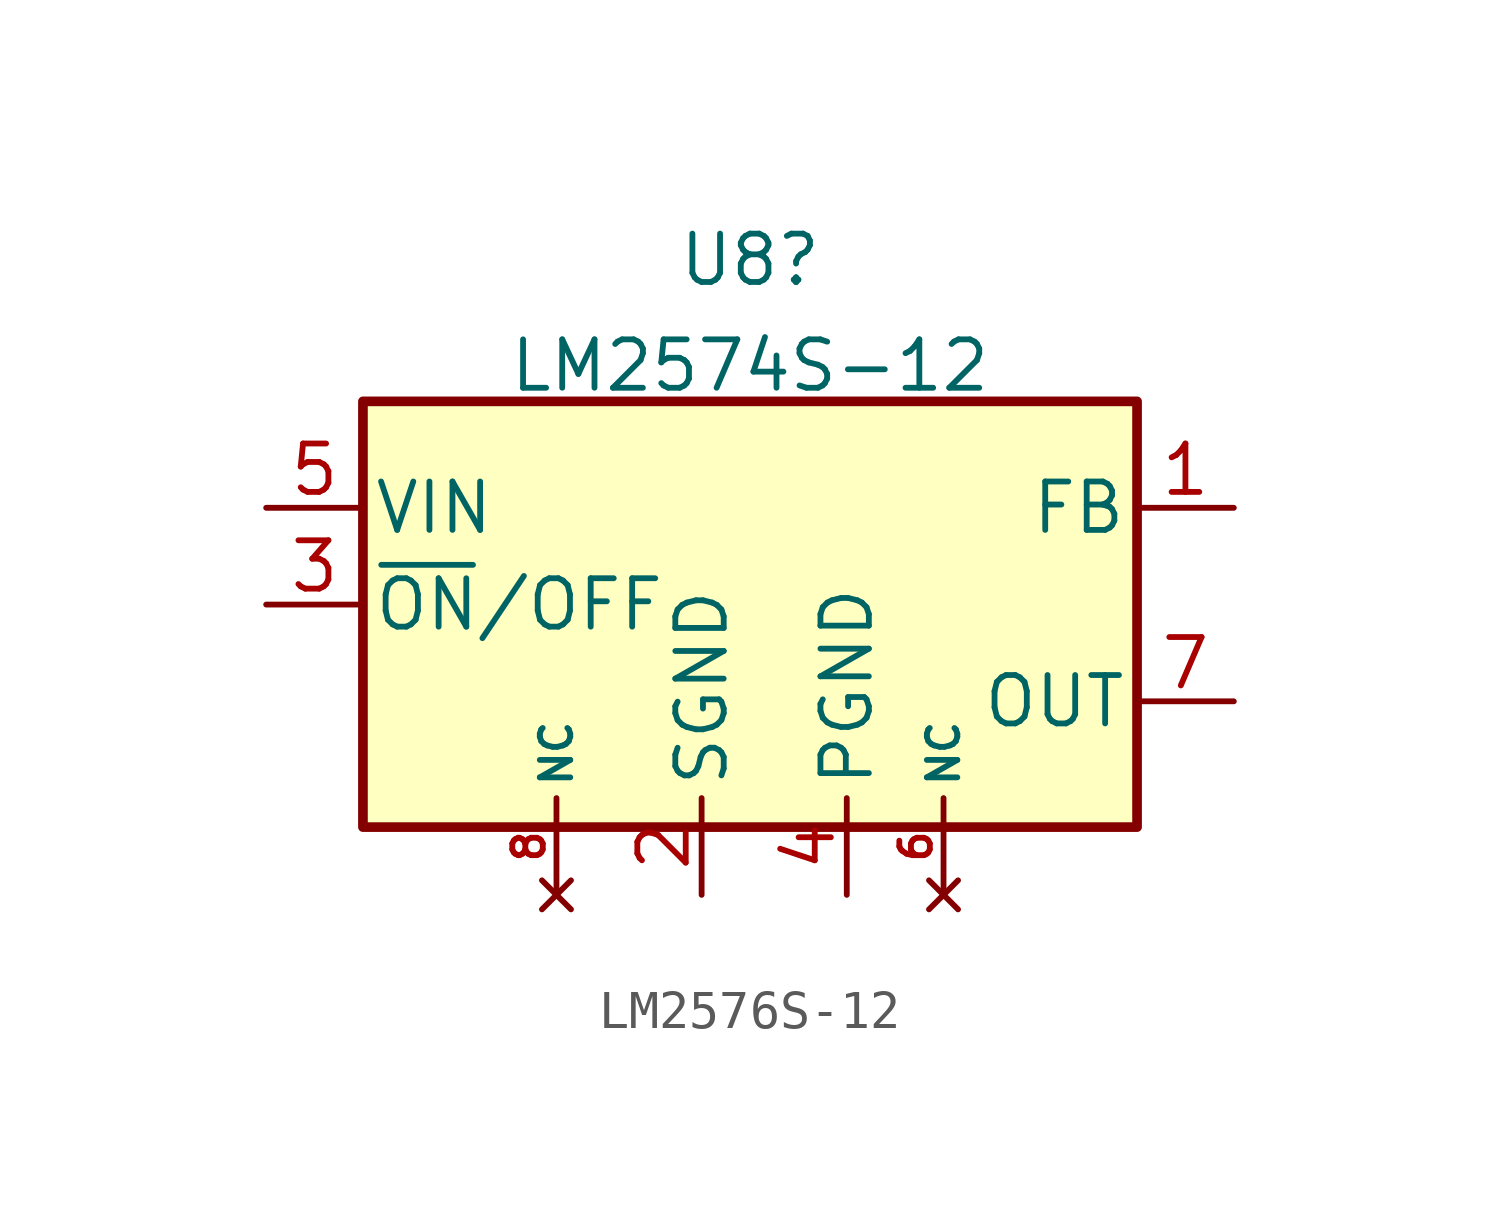
<source format=kicad_sym>
(kicad_symbol_lib
  (version 20211014)
  (generator kicad_symbol_editor)
  (symbol "Regulator_Switching:LM2576S-12"
    (pin_names
      (offset 0.254))
    (property "Reference" "U8"
      (at 0 9.047 0)
      (effects (font (size 1.27 1.27))))
    (property "Value" "LM2574S-12"
      (at 0 6.271 0)
      (effects (font (size 1.27 1.27))))
    (symbol "LM2576S-12_0_0"
      (pin passive line (at 2.54 -7.62 90) (length 2.54) (name "PGND" (effects (font (size 1.27 1.27)))) (number "4" (effects (font (size 1.27 1.27)))))
      (pin no_connect line (at 5.08 -7.62 90) (length 2.54) (name "NC" (effects (font (size 0.8 0.8)))) (number "6" (effects (font (size 0.8 0.8)))))
      (pin no_connect line (at -5.08 -7.62 90) (length 2.54) (name "NC" (effects (font (size 0.8 0.8)))) (number "8" (effects (font (size 0.8 0.8))))))
    (symbol "LM2576S-12_0_1"
      (rectangle (start -10.16 5.334) (end 10.16 -5.842) (stroke (width 0.254) (type default) (color 0 0 0 0)) (fill (type background))))
    (symbol "LM2576S-12_1_1"
      (pin input line (at 12.7 2.54 180) (length 2.54) (name "FB" (effects (font (size 1.27 1.27)))) (number "1" (effects (font (size 1.27 1.27)))))
      (pin passive line (at -1.27 -7.62 90) (length 2.54) (name "SGND" (effects (font (size 1.27 1.27)))) (number "2" (effects (font (size 1.27 1.27)))))
      (pin input line (at -12.7 0 0) (length 2.54) (name "~{ON}/OFF" (effects (font (size 1.27 1.27)))) (number "3" (effects (font (size 1.27 1.27)))))
      (pin power_in line (at -12.7 2.54 0) (length 2.54) (name "VIN" (effects (font (size 1.27 1.27)))) (number "5" (effects (font (size 1.27 1.27)))))
      (pin power_out line (at 12.7 -2.54 180) (length 2.54) (name "OUT" (effects (font (size 1.27 1.27)))) (number "7" (effects (font (size 1.27 1.27))))))))
</source>
